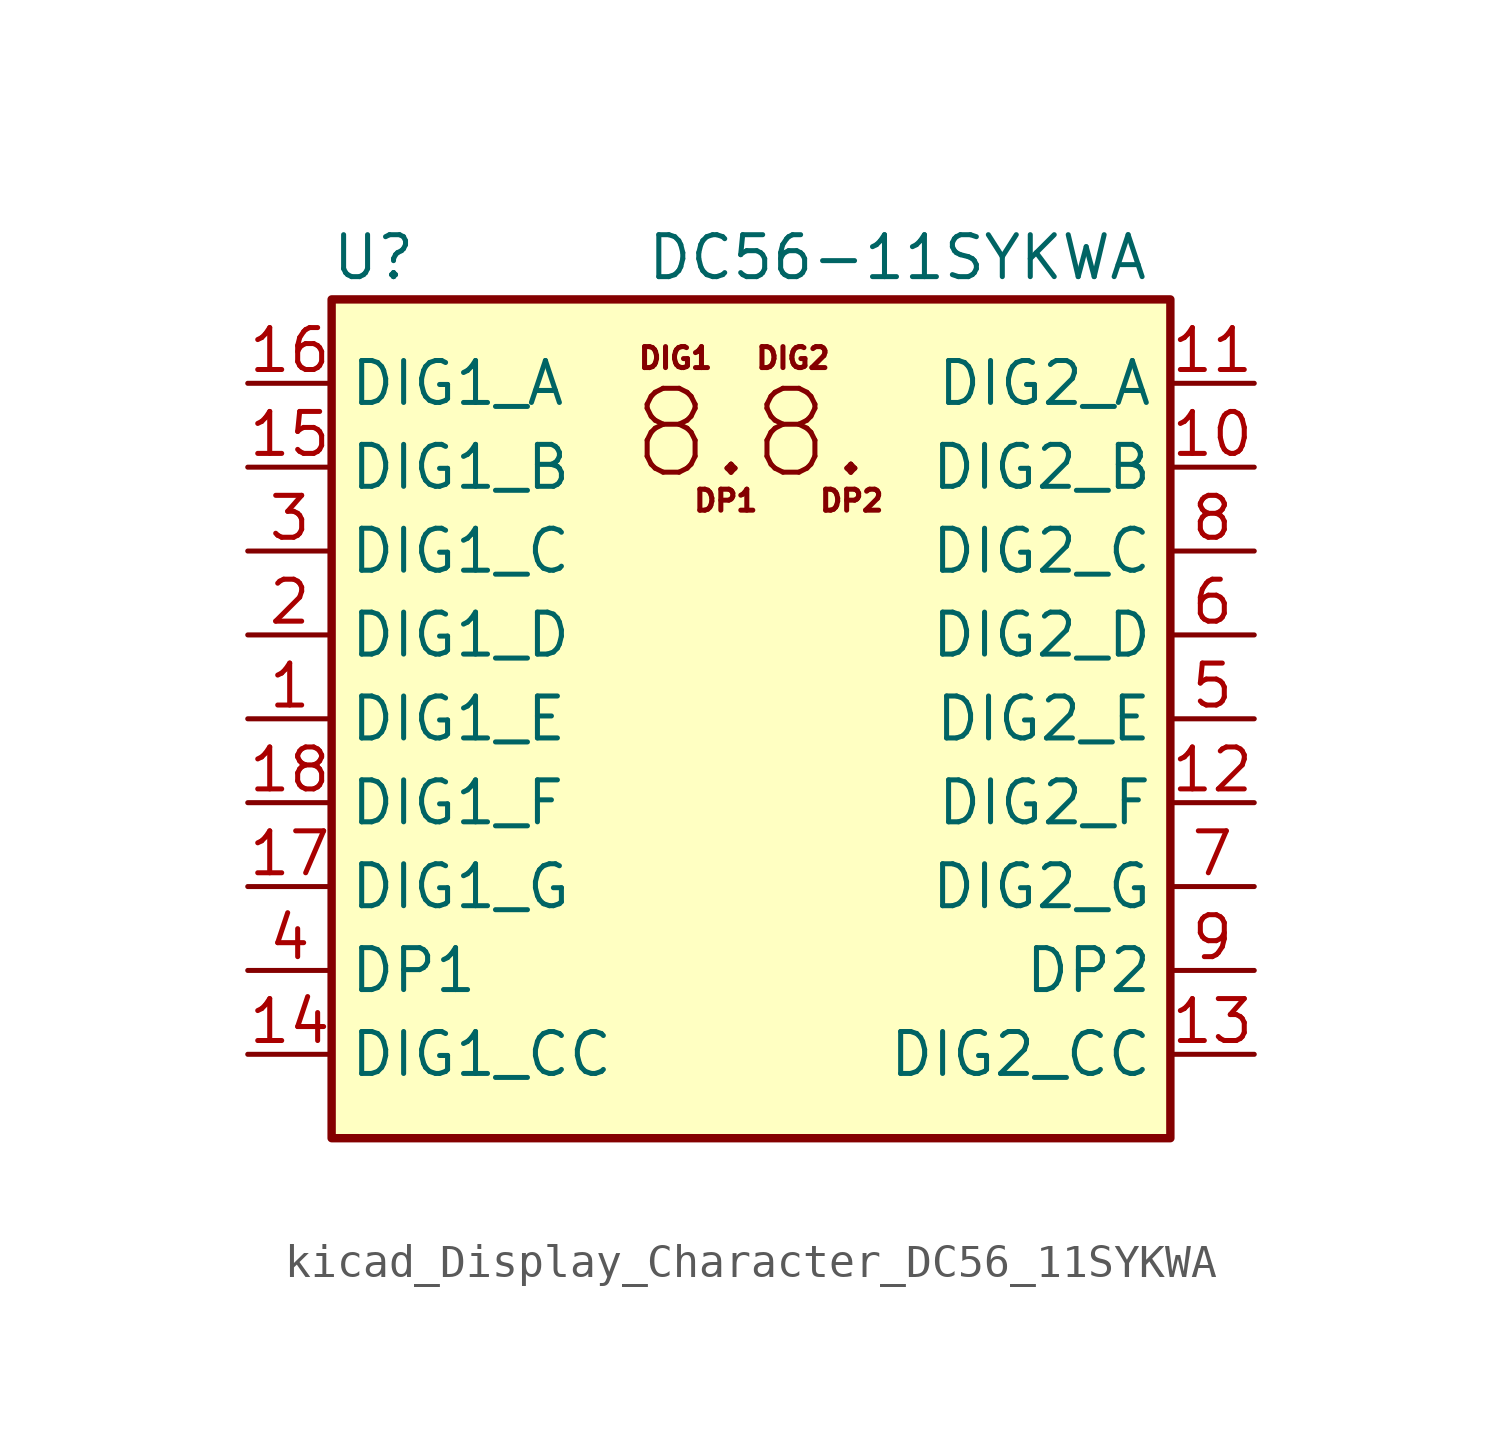
<source format=kicad_sym>
(kicad_symbol_lib
  (version 20220914)
  (generator kicad_symbol_editor)
  (symbol "kicad_Display_Character_DC56_11SYKWA"
    (property "Reference" "U"
      (at -11.43 13.97 0)
      (effects (font (size 1.27 1.27))))
    (property "Value" "DC56-11SYKWA"
      (at 12.065 13.97 0)
      (effects (font (size 1.27 1.27)) (justify right)))
    (symbol "kicad_Display_Character_DC56_11SYKWA_0_0"
      (text "8.8." (at 0 8.636 0) (effects (font (size 2.54 2.54))))
      (text "DIG1" (at -2.286 10.922 0) (effects (font (size 0.635 0.635))))
      (text "DIG2" (at 1.27 10.922 0) (effects (font (size 0.635 0.635))))
      (text "DP1" (at -0.762 6.604 0) (effects (font (size 0.635 0.635))))
      (text "DP2" (at 3.048 6.604 0) (effects (font (size 0.635 0.635)))))
    (symbol "kicad_Display_Character_DC56_11SYKWA_0_1"
      (rectangle (start -12.7 12.7) (end 12.7 -12.7) (stroke (width 0.254) (type default)) (fill (type background))))
    (symbol "kicad_Display_Character_DC56_11SYKWA_1_1"
      (pin input line (at -15.24 0 0) (length 2.54) (name "DIG1_E" (effects (font (size 1.27 1.27)))) (number "1" (effects (font (size 1.27 1.27)))))
      (pin input line (at 15.24 7.62 180) (length 2.54) (name "DIG2_B" (effects (font (size 1.27 1.27)))) (number "10" (effects (font (size 1.27 1.27)))))
      (pin input line (at 15.24 10.16 180) (length 2.54) (name "DIG2_A" (effects (font (size 1.27 1.27)))) (number "11" (effects (font (size 1.27 1.27)))))
      (pin input line (at 15.24 -2.54 180) (length 2.54) (name "DIG2_F" (effects (font (size 1.27 1.27)))) (number "12" (effects (font (size 1.27 1.27)))))
      (pin input line (at 15.24 -10.16 180) (length 2.54) (name "DIG2_CC" (effects (font (size 1.27 1.27)))) (number "13" (effects (font (size 1.27 1.27)))))
      (pin input line (at -15.24 -10.16 0) (length 2.54) (name "DIG1_CC" (effects (font (size 1.27 1.27)))) (number "14" (effects (font (size 1.27 1.27)))))
      (pin input line (at -15.24 7.62 0) (length 2.54) (name "DIG1_B" (effects (font (size 1.27 1.27)))) (number "15" (effects (font (size 1.27 1.27)))))
      (pin input line (at -15.24 10.16 0) (length 2.54) (name "DIG1_A" (effects (font (size 1.27 1.27)))) (number "16" (effects (font (size 1.27 1.27)))))
      (pin input line (at -15.24 -5.08 0) (length 2.54) (name "DIG1_G" (effects (font (size 1.27 1.27)))) (number "17" (effects (font (size 1.27 1.27)))))
      (pin input line (at -15.24 -2.54 0) (length 2.54) (name "DIG1_F" (effects (font (size 1.27 1.27)))) (number "18" (effects (font (size 1.27 1.27)))))
      (pin input line (at -15.24 2.54 0) (length 2.54) (name "DIG1_D" (effects (font (size 1.27 1.27)))) (number "2" (effects (font (size 1.27 1.27)))))
      (pin input line (at -15.24 5.08 0) (length 2.54) (name "DIG1_C" (effects (font (size 1.27 1.27)))) (number "3" (effects (font (size 1.27 1.27)))))
      (pin input line (at -15.24 -7.62 0) (length 2.54) (name "DP1" (effects (font (size 1.27 1.27)))) (number "4" (effects (font (size 1.27 1.27)))))
      (pin input line (at 15.24 0 180) (length 2.54) (name "DIG2_E" (effects (font (size 1.27 1.27)))) (number "5" (effects (font (size 1.27 1.27)))))
      (pin input line (at 15.24 2.54 180) (length 2.54) (name "DIG2_D" (effects (font (size 1.27 1.27)))) (number "6" (effects (font (size 1.27 1.27)))))
      (pin input line (at 15.24 -5.08 180) (length 2.54) (name "DIG2_G" (effects (font (size 1.27 1.27)))) (number "7" (effects (font (size 1.27 1.27)))))
      (pin input line (at 15.24 5.08 180) (length 2.54) (name "DIG2_C" (effects (font (size 1.27 1.27)))) (number "8" (effects (font (size 1.27 1.27)))))
      (pin input line (at 15.24 -7.62 180) (length 2.54) (name "DP2" (effects (font (size 1.27 1.27)))) (number "9" (effects (font (size 1.27 1.27))))))))
</source>
